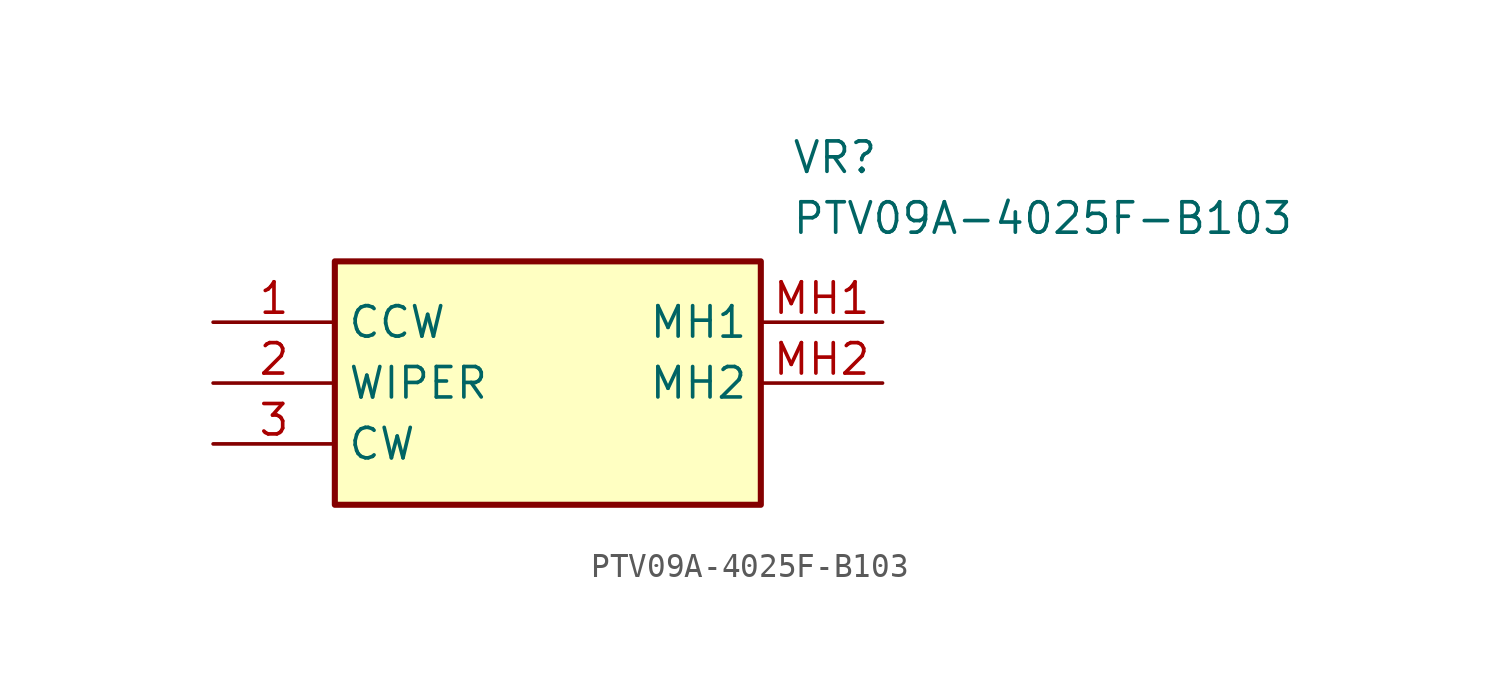
<source format=kicad_sym>
(kicad_symbol_lib
  (version 20211014)
  (generator SamacSys_ECAD_Model)
  (symbol "PTV09A-4025F-B103"
    (property "Reference" "VR"
      (at 24.13 7.62 0)
      (effects (font (size 1.27 1.27)) (justify left top)))
    (property "Value" "PTV09A-4025F-B103"
      (at 24.13 5.08 0)
      (effects (font (size 1.27 1.27)) (justify left top)))
    (rectangle
      (start 5.08 2.54)
      (end 22.86 -7.62)
      (stroke (width 0.254) (type default))
      (fill (type background)))
    (pin passive line
      (at 0 0 0)
      (length 5.08)
      (name "CCW" (effects (font (size 1.27 1.27))))
      (number "1" (effects (font (size 1.27 1.27)))))
    (pin passive line
      (at 0 -2.54 0)
      (length 5.08)
      (name "WIPER" (effects (font (size 1.27 1.27))))
      (number "2" (effects (font (size 1.27 1.27)))))
    (pin passive line
      (at 0 -5.08 0)
      (length 5.08)
      (name "CW" (effects (font (size 1.27 1.27))))
      (number "3" (effects (font (size 1.27 1.27)))))
    (pin passive line
      (at 27.94 0 180)
      (length 5.08)
      (name "MH1" (effects (font (size 1.27 1.27))))
      (number "MH1" (effects (font (size 1.27 1.27)))))
    (pin passive line
      (at 27.94 -2.54 180)
      (length 5.08)
      (name "MH2" (effects (font (size 1.27 1.27))))
      (number "MH2" (effects (font (size 1.27 1.27)))))))
</source>
